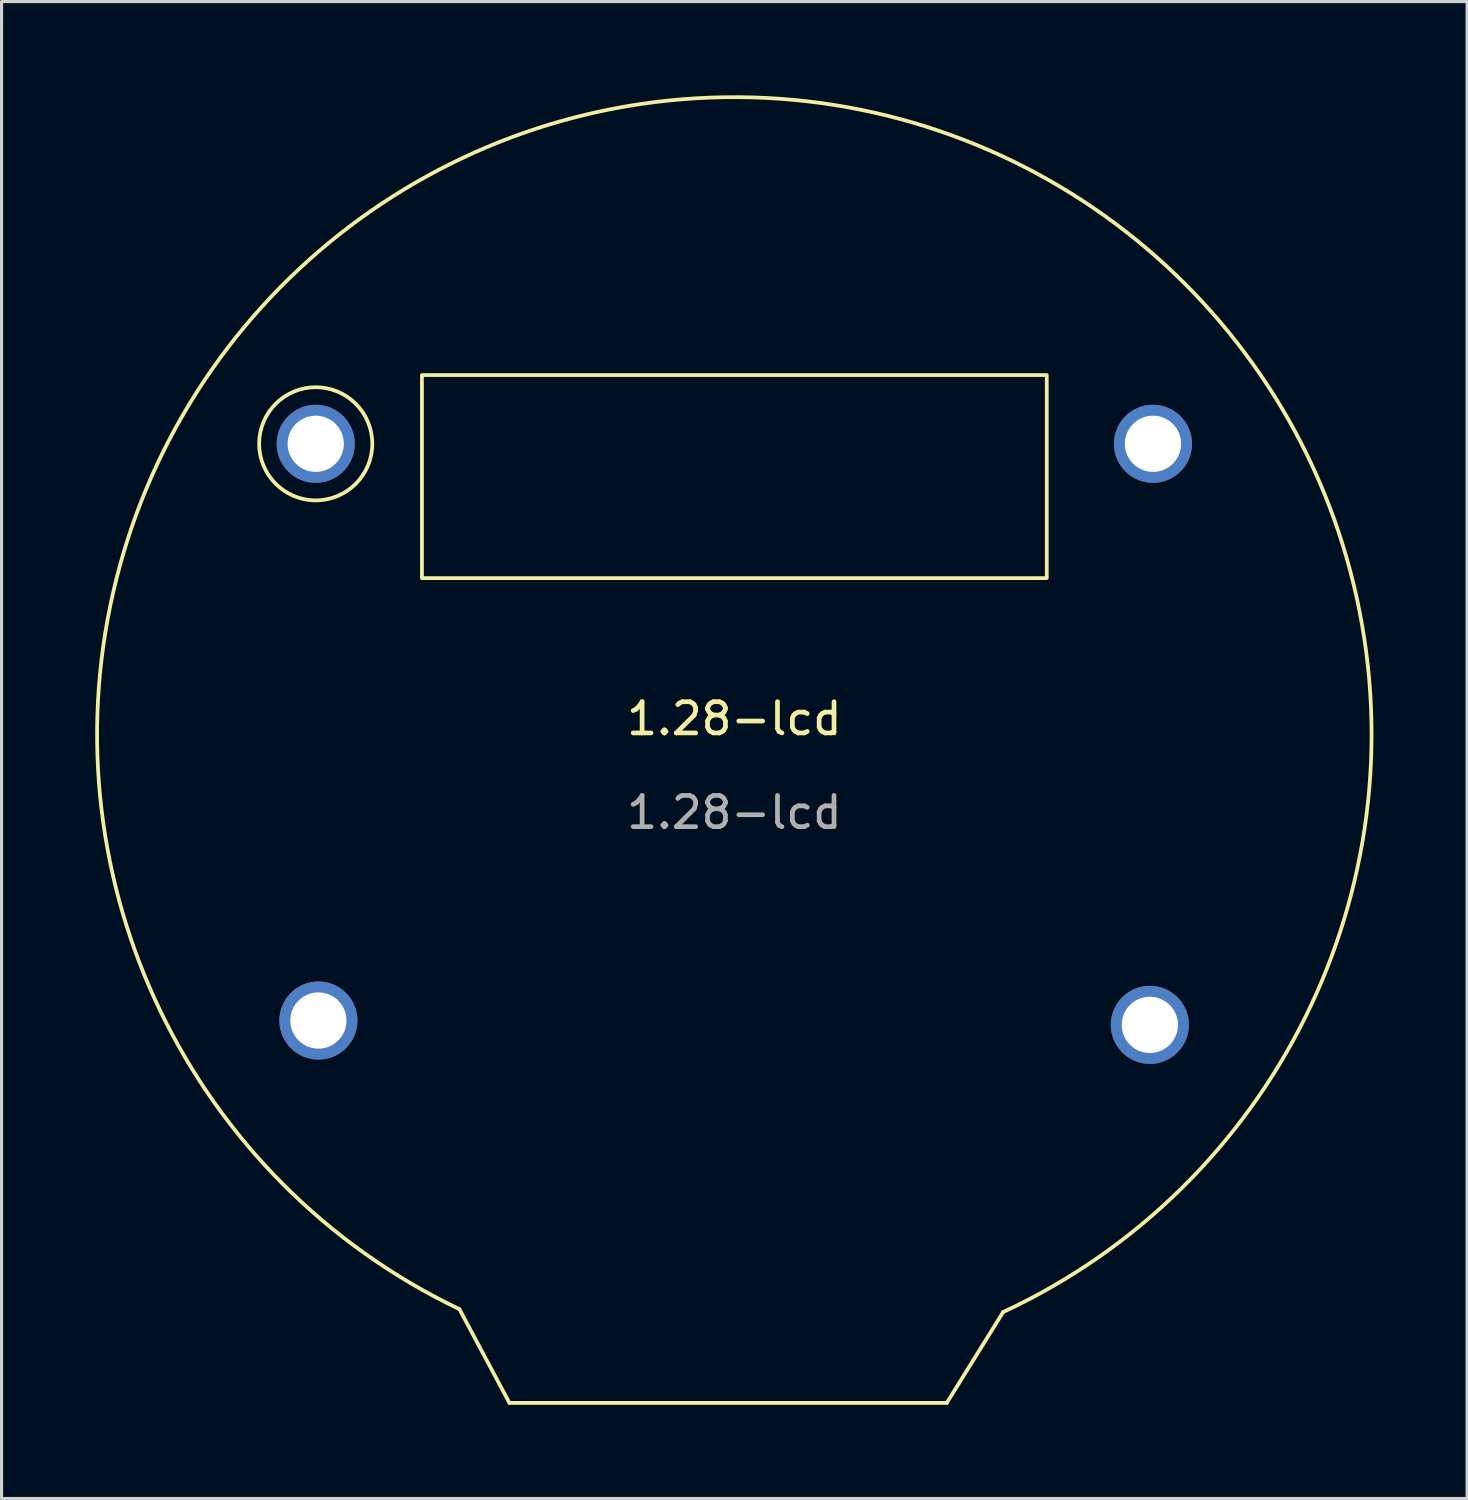
<source format=kicad_pcb>
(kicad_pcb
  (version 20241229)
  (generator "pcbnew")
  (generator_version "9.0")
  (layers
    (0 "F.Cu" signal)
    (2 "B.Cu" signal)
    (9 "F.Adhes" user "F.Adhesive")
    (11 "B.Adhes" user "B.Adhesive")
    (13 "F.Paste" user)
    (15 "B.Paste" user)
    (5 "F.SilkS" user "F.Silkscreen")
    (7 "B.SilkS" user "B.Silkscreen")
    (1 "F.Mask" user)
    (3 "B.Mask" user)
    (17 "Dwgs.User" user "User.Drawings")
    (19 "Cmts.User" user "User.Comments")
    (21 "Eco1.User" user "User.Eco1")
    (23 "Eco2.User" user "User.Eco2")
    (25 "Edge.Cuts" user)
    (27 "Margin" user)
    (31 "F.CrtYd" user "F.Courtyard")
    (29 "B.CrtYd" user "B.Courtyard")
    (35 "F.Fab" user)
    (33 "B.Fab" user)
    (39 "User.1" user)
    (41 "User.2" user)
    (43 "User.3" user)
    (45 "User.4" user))
  (footprint "1.28-lcd"
    (layer "F.Cu")
    (at 20.456 20.456)
    (property "Reference" "1.28-lcd" (at 0 -0.5 0) (unlocked yes) (layer "F.SilkS") (effects (font (size 1 1) (thickness 0.15))))
    (attr smd)
    (fp_line (start -7.2 21.4) (end -8.8 18.4) (stroke (width 0.12) (type solid)) (layer "F.SilkS"))
    (fp_line (start -7.2 21.4) (end 6.8 21.4) (stroke (width 0.12) (type solid)) (layer "F.SilkS"))
    (fp_line (start 6.8 21.4) (end 8.6 18.5) (stroke (width 0.12) (type solid)) (layer "F.SilkS"))
    (fp_rect (start -10 -11.5) (end 10 -5) (stroke (width 0.12) (type solid)) (fill no) (layer "F.SilkS"))
    (fp_arc (start -8.8 18.4) (mid 0.11176 -20.395772) (end 8.59783 18.495332) (stroke (width 0.12) (type solid)) (layer "F.SilkS"))
    (fp_circle (center -13.4 -9.3) (end -11.589 -9.3) (stroke (width 0.12) (type solid)) (fill no) (layer "F.SilkS"))
    (fp_text user "${REFERENCE}" (at 0 2.5 0) (unlocked yes) (layer "F.Fab") (effects (font (size 1 1) (thickness 0.15))))
    (pad "" np_thru_hole circle (at -13.4 -9.3) (size 2.5 2.5) (drill 1.8) (layers "*.Cu" "*.Mask"))
    (pad "" np_thru_hole circle (at -13.314 9.161) (size 2.5 2.5) (drill 1.8) (layers "*.Cu" "*.Mask"))
    (pad "" np_thru_hole circle (at 13.3 9.3) (size 2.5 2.5) (drill 1.8) (layers "*.Cu" "*.Mask"))
    (pad "" np_thru_hole circle (at 13.4 -9.3) (size 2.5 2.5) (drill 1.8) (layers "*.Cu" "*.Mask")))
  (gr_rect
    (start -3 -3)
    (end 43.912 44.916)
    (stroke (width 0.1) (type default))
    (fill no)
    (layer "Edge.Cuts")))
</source>
